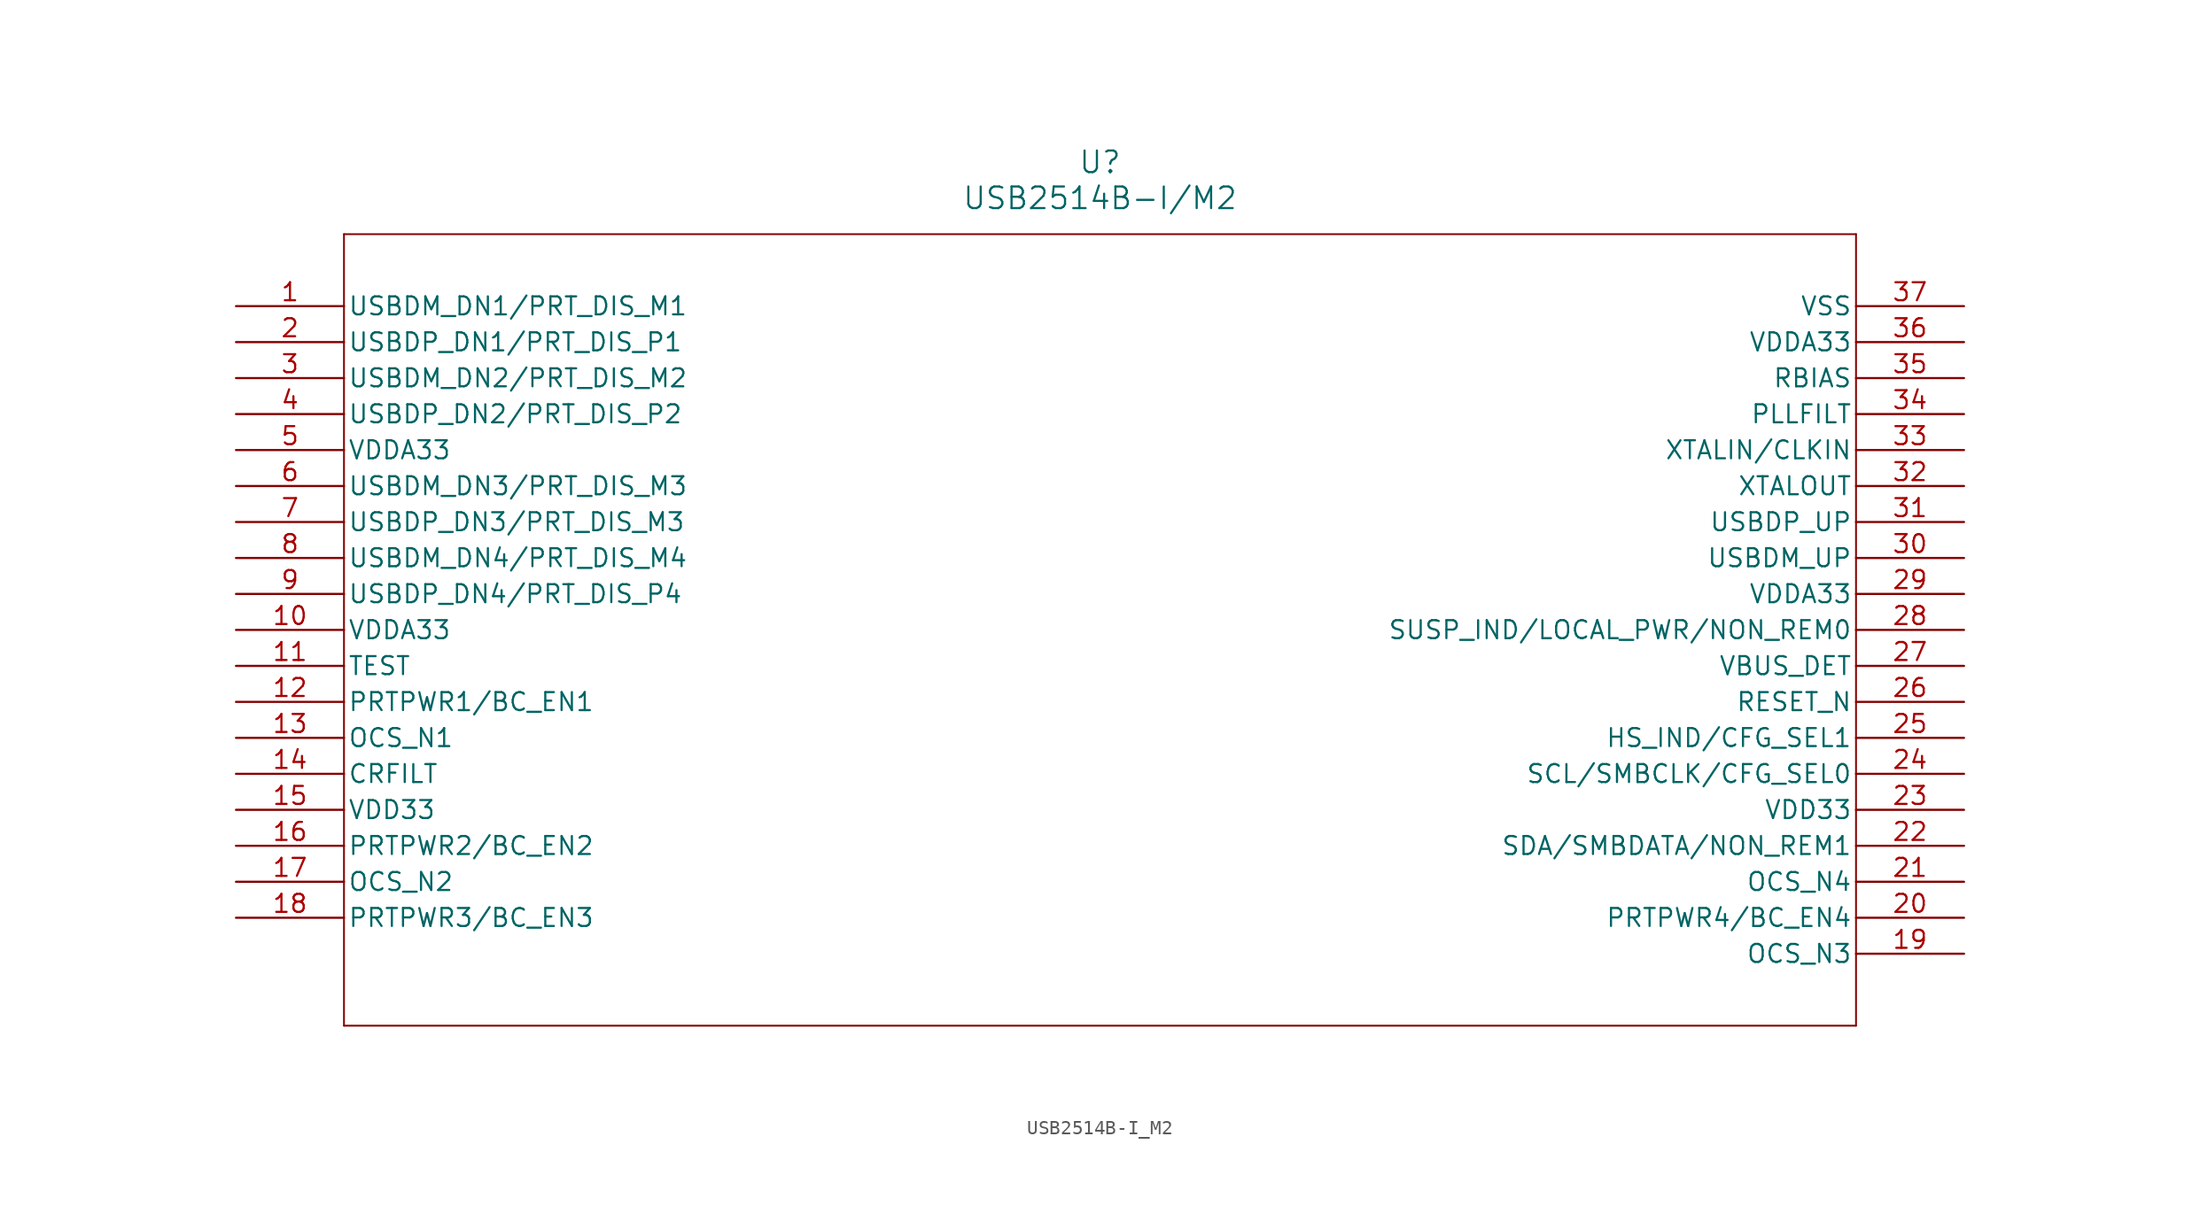
<source format=kicad_sym>
(kicad_symbol_lib
  (version 20211014)
  (generator kicad_symbol_editor)
  (symbol "USB2514B-I_M2"
    (pin_names
      (offset 0.254))
    (property "Reference" "U"
      (at 60.96 10.16 0)
      (effects (font (size 1.524 1.524))))
    (property "Value" "USB2514B-I/M2"
      (at 60.96 7.62 0)
      (effects (font (size 1.524 1.524))))
    (symbol "USB2514B-I_M2_0_1"
      (polyline (pts (xy 7.62 5.08) (xy 7.62 -50.8)) (stroke (width 0.127) (type default) (color 0 0 0 0)) (fill (type none)))
      (polyline (pts (xy 7.62 -50.8) (xy 114.3 -50.8)) (stroke (width 0.127) (type default) (color 0 0 0 0)) (fill (type none)))
      (polyline (pts (xy 114.3 -50.8) (xy 114.3 5.08)) (stroke (width 0.127) (type default) (color 0 0 0 0)) (fill (type none)))
      (polyline (pts (xy 114.3 5.08) (xy 7.62 5.08)) (stroke (width 0.127) (type default) (color 0 0 0 0)) (fill (type none)))
      (pin bidirectional line (at 0 0 0) (length 7.62) (name "USBDM_DN1/PRT_DIS_M1" (effects (font (size 1.27 1.27)))) (number "1" (effects (font (size 1.27 1.27)))))
      (pin bidirectional line (at 0 -2.54 0) (length 7.62) (name "USBDP_DN1/PRT_DIS_P1" (effects (font (size 1.27 1.27)))) (number "2" (effects (font (size 1.27 1.27)))))
      (pin bidirectional line (at 0 -5.08 0) (length 7.62) (name "USBDM_DN2/PRT_DIS_M2" (effects (font (size 1.27 1.27)))) (number "3" (effects (font (size 1.27 1.27)))))
      (pin bidirectional line (at 0 -7.62 0) (length 7.62) (name "USBDP_DN2/PRT_DIS_P2" (effects (font (size 1.27 1.27)))) (number "4" (effects (font (size 1.27 1.27)))))
      (pin power_in line (at 0 -10.16 0) (length 7.62) (name "VDDA33" (effects (font (size 1.27 1.27)))) (number "5" (effects (font (size 1.27 1.27)))))
      (pin bidirectional line (at 0 -12.7 0) (length 7.62) (name "USBDM_DN3/PRT_DIS_M3" (effects (font (size 1.27 1.27)))) (number "6" (effects (font (size 1.27 1.27)))))
      (pin bidirectional line (at 0 -15.24 0) (length 7.62) (name "USBDP_DN3/PRT_DIS_M3" (effects (font (size 1.27 1.27)))) (number "7" (effects (font (size 1.27 1.27)))))
      (pin bidirectional line (at 0 -17.78 0) (length 7.62) (name "USBDM_DN4/PRT_DIS_M4" (effects (font (size 1.27 1.27)))) (number "8" (effects (font (size 1.27 1.27)))))
      (pin bidirectional line (at 0 -20.32 0) (length 7.62) (name "USBDP_DN4/PRT_DIS_P4" (effects (font (size 1.27 1.27)))) (number "9" (effects (font (size 1.27 1.27)))))
      (pin power_in line (at 0 -22.86 0) (length 7.62) (name "VDDA33" (effects (font (size 1.27 1.27)))) (number "10" (effects (font (size 1.27 1.27)))))
      (pin unspecified line (at 0 -25.4 0) (length 7.62) (name "TEST" (effects (font (size 1.27 1.27)))) (number "11" (effects (font (size 1.27 1.27)))))
      (pin bidirectional line (at 0 -27.94 0) (length 7.62) (name "PRTPWR1/BC_EN1" (effects (font (size 1.27 1.27)))) (number "12" (effects (font (size 1.27 1.27)))))
      (pin bidirectional line (at 0 -30.48 0) (length 7.62) (name "OCS_N1" (effects (font (size 1.27 1.27)))) (number "13" (effects (font (size 1.27 1.27)))))
      (pin unspecified line (at 0 -33.02 0) (length 7.62) (name "CRFILT" (effects (font (size 1.27 1.27)))) (number "14" (effects (font (size 1.27 1.27)))))
      (pin power_in line (at 0 -35.56 0) (length 7.62) (name "VDD33" (effects (font (size 1.27 1.27)))) (number "15" (effects (font (size 1.27 1.27)))))
      (pin bidirectional line (at 0 -38.1 0) (length 7.62) (name "PRTPWR2/BC_EN2" (effects (font (size 1.27 1.27)))) (number "16" (effects (font (size 1.27 1.27)))))
      (pin bidirectional line (at 0 -40.64 0) (length 7.62) (name "OCS_N2" (effects (font (size 1.27 1.27)))) (number "17" (effects (font (size 1.27 1.27)))))
      (pin bidirectional line (at 0 -43.18 0) (length 7.62) (name "PRTPWR3/BC_EN3" (effects (font (size 1.27 1.27)))) (number "18" (effects (font (size 1.27 1.27)))))
      (pin bidirectional line (at 121.92 -45.72 180) (length 7.62) (name "OCS_N3" (effects (font (size 1.27 1.27)))) (number "19" (effects (font (size 1.27 1.27)))))
      (pin bidirectional line (at 121.92 -43.18 180) (length 7.62) (name "PRTPWR4/BC_EN4" (effects (font (size 1.27 1.27)))) (number "20" (effects (font (size 1.27 1.27)))))
      (pin bidirectional line (at 121.92 -40.64 180) (length 7.62) (name "OCS_N4" (effects (font (size 1.27 1.27)))) (number "21" (effects (font (size 1.27 1.27)))))
      (pin bidirectional line (at 121.92 -38.1 180) (length 7.62) (name "SDA/SMBDATA/NON_REM1" (effects (font (size 1.27 1.27)))) (number "22" (effects (font (size 1.27 1.27)))))
      (pin power_in line (at 121.92 -35.56 180) (length 7.62) (name "VDD33" (effects (font (size 1.27 1.27)))) (number "23" (effects (font (size 1.27 1.27)))))
      (pin bidirectional line (at 121.92 -33.02 180) (length 7.62) (name "SCL/SMBCLK/CFG_SEL0" (effects (font (size 1.27 1.27)))) (number "24" (effects (font (size 1.27 1.27)))))
      (pin bidirectional line (at 121.92 -30.48 180) (length 7.62) (name "HS_IND/CFG_SEL1" (effects (font (size 1.27 1.27)))) (number "25" (effects (font (size 1.27 1.27)))))
      (pin input line (at 121.92 -27.94 180) (length 7.62) (name "RESET_N" (effects (font (size 1.27 1.27)))) (number "26" (effects (font (size 1.27 1.27)))))
      (pin power_in line (at 121.92 -25.4 180) (length 7.62) (name "VBUS_DET" (effects (font (size 1.27 1.27)))) (number "27" (effects (font (size 1.27 1.27)))))
      (pin bidirectional line (at 121.92 -22.86 180) (length 7.62) (name "SUSP_IND/LOCAL_PWR/NON_REM0" (effects (font (size 1.27 1.27)))) (number "28" (effects (font (size 1.27 1.27)))))
      (pin power_in line (at 121.92 -20.32 180) (length 7.62) (name "VDDA33" (effects (font (size 1.27 1.27)))) (number "29" (effects (font (size 1.27 1.27)))))
      (pin bidirectional line (at 121.92 -17.78 180) (length 7.62) (name "USBDM_UP" (effects (font (size 1.27 1.27)))) (number "30" (effects (font (size 1.27 1.27)))))
      (pin bidirectional line (at 121.92 -15.24 180) (length 7.62) (name "USBDP_UP" (effects (font (size 1.27 1.27)))) (number "31" (effects (font (size 1.27 1.27)))))
      (pin output line (at 121.92 -12.7 180) (length 7.62) (name "XTALOUT" (effects (font (size 1.27 1.27)))) (number "32" (effects (font (size 1.27 1.27)))))
      (pin input line (at 121.92 -10.16 180) (length 7.62) (name "XTALIN/CLKIN" (effects (font (size 1.27 1.27)))) (number "33" (effects (font (size 1.27 1.27)))))
      (pin power_in line (at 121.92 -7.62 180) (length 7.62) (name "PLLFILT" (effects (font (size 1.27 1.27)))) (number "34" (effects (font (size 1.27 1.27)))))
      (pin input line (at 121.92 -5.08 180) (length 7.62) (name "RBIAS" (effects (font (size 1.27 1.27)))) (number "35" (effects (font (size 1.27 1.27)))))
      (pin power_in line (at 121.92 -2.54 180) (length 7.62) (name "VDDA33" (effects (font (size 1.27 1.27)))) (number "36" (effects (font (size 1.27 1.27)))))
      (pin power_out line (at 121.92 0 180) (length 7.62) (name "VSS" (effects (font (size 1.27 1.27)))) (number "37" (effects (font (size 1.27 1.27))))))))
</source>
